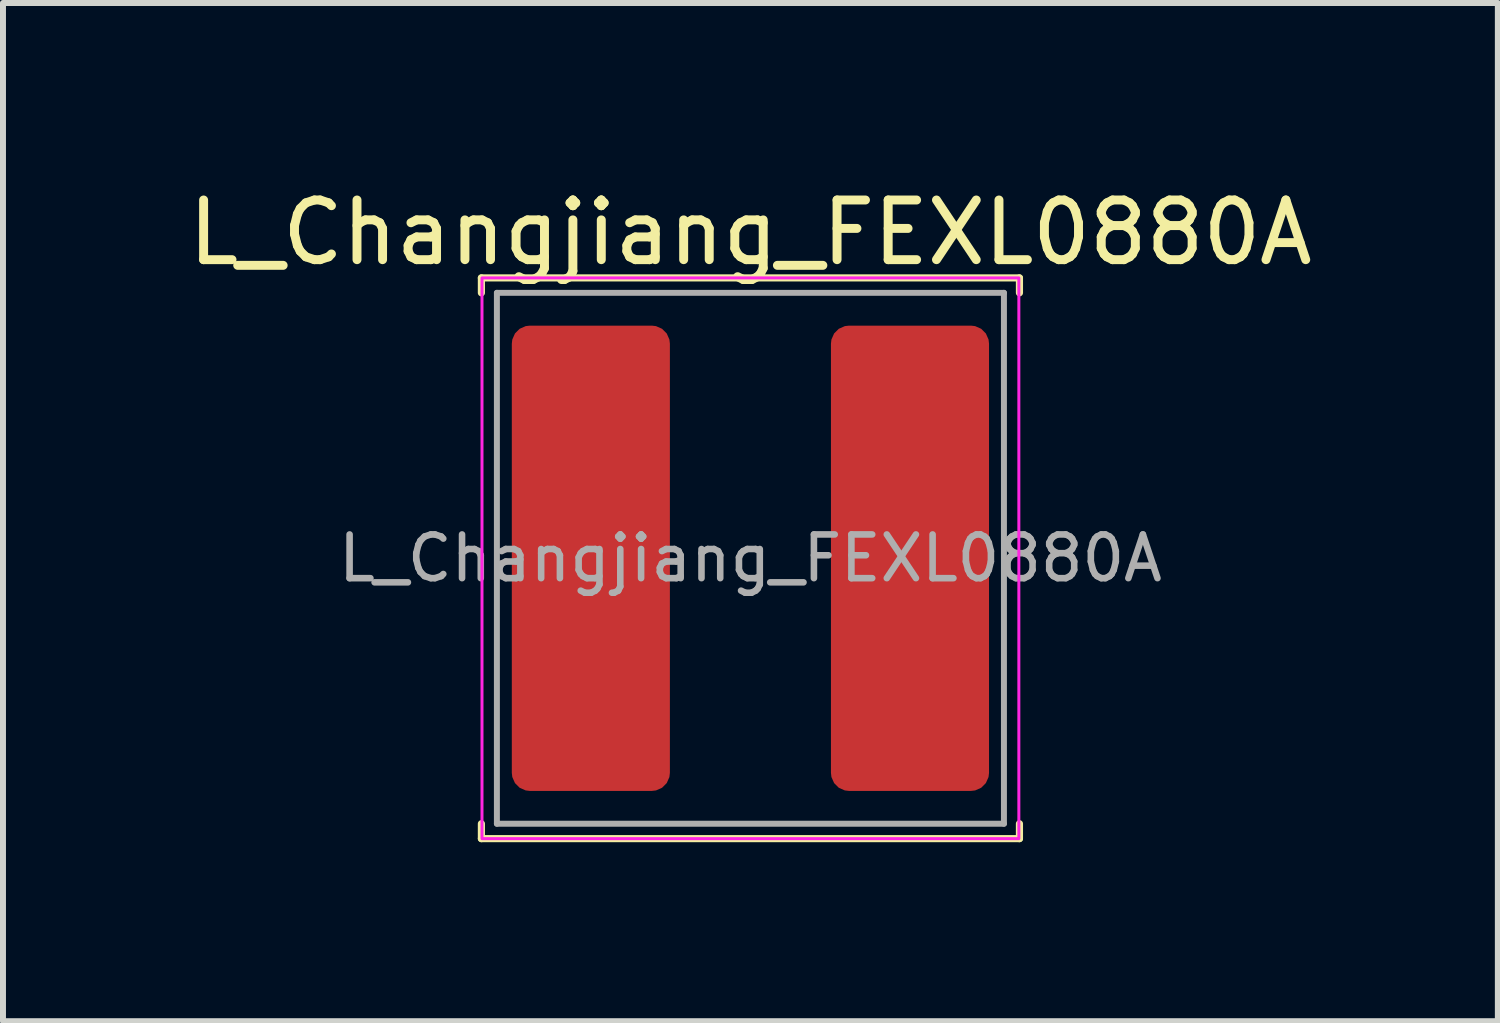
<source format=kicad_pcb>
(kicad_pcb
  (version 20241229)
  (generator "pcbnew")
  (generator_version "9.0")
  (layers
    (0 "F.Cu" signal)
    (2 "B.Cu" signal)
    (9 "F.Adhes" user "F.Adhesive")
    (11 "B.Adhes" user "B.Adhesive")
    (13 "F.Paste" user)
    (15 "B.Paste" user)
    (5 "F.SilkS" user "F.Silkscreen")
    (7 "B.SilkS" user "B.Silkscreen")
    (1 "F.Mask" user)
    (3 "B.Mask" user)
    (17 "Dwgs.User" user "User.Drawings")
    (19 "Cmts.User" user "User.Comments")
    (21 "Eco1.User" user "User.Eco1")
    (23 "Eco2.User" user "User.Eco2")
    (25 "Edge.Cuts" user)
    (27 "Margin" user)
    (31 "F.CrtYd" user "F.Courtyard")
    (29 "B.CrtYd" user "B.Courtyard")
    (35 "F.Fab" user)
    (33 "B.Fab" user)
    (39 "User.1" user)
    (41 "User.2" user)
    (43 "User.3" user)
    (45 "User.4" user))
  (footprint "L_Changjiang_FEXL0880A"
    (layer "F.Cu")
    (at 9.53 6.309)
    (property "Reference" "L_Changjiang_FEXL0880A" (at 0 -5.461 0) (layer "F.SilkS") (effects (font (size 1 1) (thickness 0.15))))
    (attr smd)
    (fp_line (start -4.51 -4.7) (end -4.51 -4.45) (stroke (width 0.12) (type solid)) (layer "F.SilkS"))
    (fp_line (start -4.51 -4.7) (end 4.51 -4.7) (stroke (width 0.12) (type solid)) (layer "F.SilkS"))
    (fp_line (start -4.51 4.7) (end -4.51 4.45) (stroke (width 0.12) (type solid)) (layer "F.SilkS"))
    (fp_line (start 4.51 -4.7) (end 4.51 -4.45) (stroke (width 0.12) (type solid)) (layer "F.SilkS"))
    (fp_line (start 4.51 4.7) (end -4.51 4.7) (stroke (width 0.12) (type solid)) (layer "F.SilkS"))
    (fp_line (start 4.51 4.7) (end 4.51 4.45) (stroke (width 0.12) (type solid)) (layer "F.SilkS"))
    (fp_rect (start -4.5 -4.7) (end 4.5 4.7) (stroke (width 0.05) (type solid)) (fill no) (layer "F.CrtYd"))
    (fp_line (start -4.25 -4.45) (end -4.25 4.45) (stroke (width 0.1) (type solid)) (layer "F.Fab"))
    (fp_line (start -4.25 4.45) (end 4.25 4.45) (stroke (width 0.1) (type solid)) (layer "F.Fab"))
    (fp_line (start 4.25 -4.45) (end -4.25 -4.45) (stroke (width 0.1) (type solid)) (layer "F.Fab"))
    (fp_line (start 4.25 4.45) (end 4.25 -4.45) (stroke (width 0.1) (type solid)) (layer "F.Fab"))
    (fp_text user "${REFERENCE}" (at 0 0 0) (layer "F.Fab") (effects (font (size 0.733 0.733) (thickness 0.11))))
    (pad "1" smd roundrect (at -2.675 0) (size 2.65 7.8) (layers "F.Cu" "F.Mask" "F.Paste") (roundrect_rratio 0.114))
    (pad "2" smd roundrect (at 2.675 0) (size 2.65 7.8) (layers "F.Cu" "F.Mask" "F.Paste") (roundrect_rratio 0.114)))
  (gr_rect
    (start -3 -3)
    (end 22.06 14.069)
    (stroke (width 0.1) (type default))
    (fill no)
    (layer "Edge.Cuts")))
</source>
